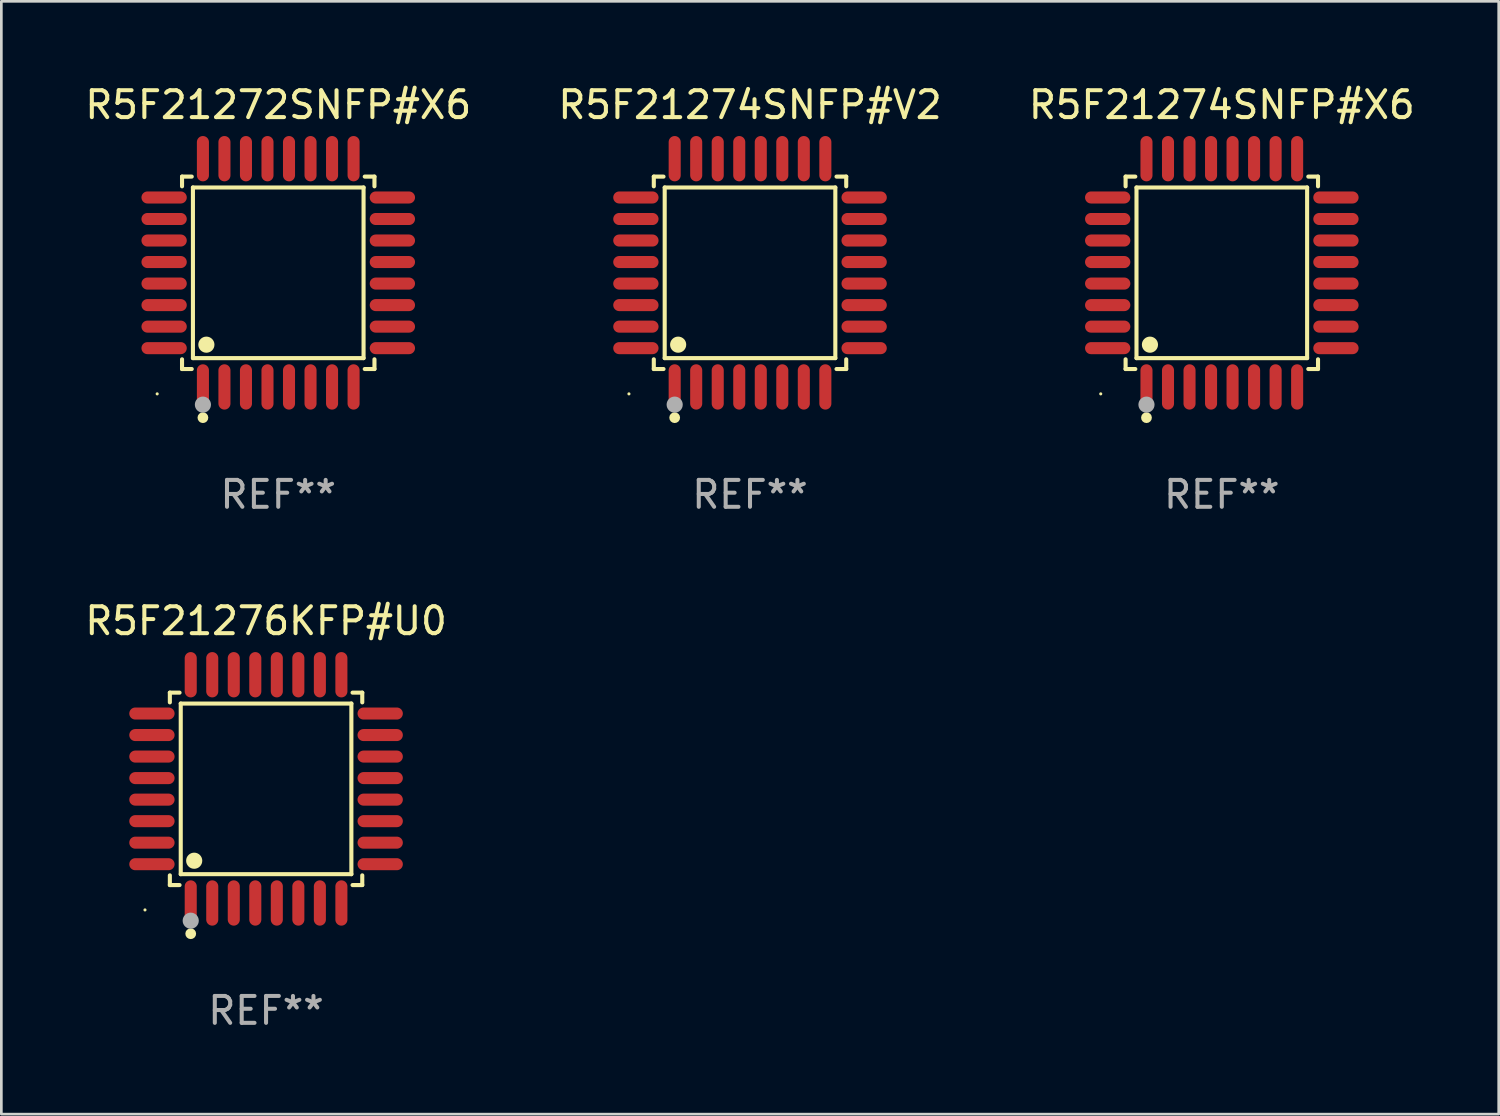
<source format=kicad_pcb>
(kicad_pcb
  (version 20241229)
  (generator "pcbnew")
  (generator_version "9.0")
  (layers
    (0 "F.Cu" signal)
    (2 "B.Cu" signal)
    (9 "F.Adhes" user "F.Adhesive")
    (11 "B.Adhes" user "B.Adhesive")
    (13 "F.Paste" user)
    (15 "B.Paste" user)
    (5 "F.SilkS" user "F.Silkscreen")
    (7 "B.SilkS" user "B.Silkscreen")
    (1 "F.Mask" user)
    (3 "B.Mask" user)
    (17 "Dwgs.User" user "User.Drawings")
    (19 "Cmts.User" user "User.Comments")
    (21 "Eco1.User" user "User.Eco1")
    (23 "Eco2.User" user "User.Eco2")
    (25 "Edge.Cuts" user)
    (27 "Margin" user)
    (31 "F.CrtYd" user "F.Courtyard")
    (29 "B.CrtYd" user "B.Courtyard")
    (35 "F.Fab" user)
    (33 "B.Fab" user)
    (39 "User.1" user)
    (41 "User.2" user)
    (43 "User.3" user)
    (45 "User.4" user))
  (footprint "R5F21274SNFP#X6"
    (layer "F.Cu")
    (at 42.363 7.09)
    (property "Reference" "R5F21274SNFP#X6" (at 0 -6.242 0) (layer "F.SilkS") (effects (font (size 1 1) (thickness 0.15))))
    (attr through_hole)
    (fp_line (start -3.576 -3.576) (end -3.215 -3.576) (stroke (width 0.152) (type solid)) (layer "F.SilkS"))
    (fp_line (start -3.576 -3.215) (end -3.576 -3.576) (stroke (width 0.152) (type solid)) (layer "F.SilkS"))
    (fp_line (start -3.576 3.215) (end -3.576 3.576) (stroke (width 0.152) (type solid)) (layer "F.SilkS"))
    (fp_line (start -3.576 3.576) (end -3.215 3.576) (stroke (width 0.152) (type solid)) (layer "F.SilkS"))
    (fp_line (start -3.171 -3.171) (end 3.171 -3.171) (stroke (width 0.152) (type solid)) (layer "F.SilkS"))
    (fp_line (start -3.171 3.171) (end -3.171 -3.171) (stroke (width 0.152) (type solid)) (layer "F.SilkS"))
    (fp_line (start 3.171 -3.171) (end 3.171 3.171) (stroke (width 0.152) (type solid)) (layer "F.SilkS"))
    (fp_line (start 3.171 3.171) (end -3.171 3.171) (stroke (width 0.152) (type solid)) (layer "F.SilkS"))
    (fp_line (start 3.576 -3.576) (end 3.215 -3.576) (stroke (width 0.152) (type solid)) (layer "F.SilkS"))
    (fp_line (start 3.576 -3.215) (end 3.576 -3.576) (stroke (width 0.152) (type solid)) (layer "F.SilkS"))
    (fp_line (start 3.576 3.215) (end 3.576 3.576) (stroke (width 0.152) (type solid)) (layer "F.SilkS"))
    (fp_line (start 3.576 3.576) (end 3.215 3.576) (stroke (width 0.152) (type solid)) (layer "F.SilkS"))
    (fp_circle (center -4.5 4.5) (end -4.47 4.5) (stroke (width 0.06) (type solid)) (fill no) (layer "F.SilkS"))
    (fp_circle (center -2.8 5.384) (end -2.7 5.384) (stroke (width 0.2) (type solid)) (fill no) (layer "F.SilkS"))
    (fp_circle (center -2.671 2.671) (end -2.521 2.671) (stroke (width 0.3) (type solid)) (fill no) (layer "F.SilkS"))
    (fp_circle (center -2.8 4.9) (end -2.65 4.9) (stroke (width 0.3) (type solid)) (fill no) (layer "F.Fab"))
    (fp_text user "REF**" (at 0 8.242 0) (layer "F.Fab") (effects (font (size 1 1) (thickness 0.15))))
    (pad "1" smd oval (at -2.8 4.242) (size 0.448 1.684) (layers "F.Cu" "F.Mask" "F.Paste"))
    (pad "2" smd oval (at -2 4.242) (size 0.448 1.684) (layers "F.Cu" "F.Mask" "F.Paste"))
    (pad "3" smd oval (at -1.2 4.242) (size 0.448 1.684) (layers "F.Cu" "F.Mask" "F.Paste"))
    (pad "4" smd oval (at -0.4 4.242) (size 0.448 1.684) (layers "F.Cu" "F.Mask" "F.Paste"))
    (pad "5" smd oval (at 0.4 4.242) (size 0.448 1.684) (layers "F.Cu" "F.Mask" "F.Paste"))
    (pad "6" smd oval (at 1.2 4.242) (size 0.448 1.684) (layers "F.Cu" "F.Mask" "F.Paste"))
    (pad "7" smd oval (at 2 4.242) (size 0.448 1.684) (layers "F.Cu" "F.Mask" "F.Paste"))
    (pad "8" smd oval (at 2.8 4.242) (size 0.448 1.684) (layers "F.Cu" "F.Mask" "F.Paste"))
    (pad "9" smd oval (at 4.242 2.8) (size 1.684 0.448) (layers "F.Cu" "F.Mask" "F.Paste"))
    (pad "10" smd oval (at 4.242 2) (size 1.684 0.448) (layers "F.Cu" "F.Mask" "F.Paste"))
    (pad "11" smd oval (at 4.242 1.2) (size 1.684 0.448) (layers "F.Cu" "F.Mask" "F.Paste"))
    (pad "12" smd oval (at 4.242 0.4) (size 1.684 0.448) (layers "F.Cu" "F.Mask" "F.Paste"))
    (pad "13" smd oval (at 4.242 -0.4) (size 1.684 0.448) (layers "F.Cu" "F.Mask" "F.Paste"))
    (pad "14" smd oval (at 4.242 -1.2) (size 1.684 0.448) (layers "F.Cu" "F.Mask" "F.Paste"))
    (pad "15" smd oval (at 4.242 -2) (size 1.684 0.448) (layers "F.Cu" "F.Mask" "F.Paste"))
    (pad "16" smd oval (at 4.242 -2.8) (size 1.684 0.448) (layers "F.Cu" "F.Mask" "F.Paste"))
    (pad "17" smd oval (at 2.8 -4.242) (size 0.448 1.684) (layers "F.Cu" "F.Mask" "F.Paste"))
    (pad "18" smd oval (at 2 -4.242) (size 0.448 1.684) (layers "F.Cu" "F.Mask" "F.Paste"))
    (pad "19" smd oval (at 1.2 -4.242) (size 0.448 1.684) (layers "F.Cu" "F.Mask" "F.Paste"))
    (pad "20" smd oval (at 0.4 -4.242) (size 0.448 1.684) (layers "F.Cu" "F.Mask" "F.Paste"))
    (pad "21" smd oval (at -0.4 -4.242) (size 0.448 1.684) (layers "F.Cu" "F.Mask" "F.Paste"))
    (pad "22" smd oval (at -1.2 -4.242) (size 0.448 1.684) (layers "F.Cu" "F.Mask" "F.Paste"))
    (pad "23" smd oval (at -2 -4.242) (size 0.448 1.684) (layers "F.Cu" "F.Mask" "F.Paste"))
    (pad "24" smd oval (at -2.8 -4.242) (size 0.448 1.684) (layers "F.Cu" "F.Mask" "F.Paste"))
    (pad "25" smd oval (at -4.242 -2.8) (size 1.684 0.448) (layers "F.Cu" "F.Mask" "F.Paste"))
    (pad "26" smd oval (at -4.242 -2) (size 1.684 0.448) (layers "F.Cu" "F.Mask" "F.Paste"))
    (pad "27" smd oval (at -4.242 -1.2) (size 1.684 0.448) (layers "F.Cu" "F.Mask" "F.Paste"))
    (pad "28" smd oval (at -4.242 -0.4) (size 1.684 0.448) (layers "F.Cu" "F.Mask" "F.Paste"))
    (pad "29" smd oval (at -4.242 0.4) (size 1.684 0.448) (layers "F.Cu" "F.Mask" "F.Paste"))
    (pad "30" smd oval (at -4.242 1.2) (size 1.684 0.448) (layers "F.Cu" "F.Mask" "F.Paste"))
    (pad "31" smd oval (at -4.242 2) (size 1.684 0.448) (layers "F.Cu" "F.Mask" "F.Paste"))
    (pad "32" smd oval (at -4.242 2.8) (size 1.684 0.448) (layers "F.Cu" "F.Mask" "F.Paste")))
  (footprint "R5F21272SNFP#X6"
    (layer "F.Cu")
    (at 7.292 7.09)
    (property "Reference" "R5F21272SNFP#X6" (at 0 -6.242 0) (layer "F.SilkS") (effects (font (size 1 1) (thickness 0.15))))
    (attr through_hole)
    (fp_line (start -3.576 -3.576) (end -3.215 -3.576) (stroke (width 0.152) (type solid)) (layer "F.SilkS"))
    (fp_line (start -3.576 -3.215) (end -3.576 -3.576) (stroke (width 0.152) (type solid)) (layer "F.SilkS"))
    (fp_line (start -3.576 3.215) (end -3.576 3.576) (stroke (width 0.152) (type solid)) (layer "F.SilkS"))
    (fp_line (start -3.576 3.576) (end -3.215 3.576) (stroke (width 0.152) (type solid)) (layer "F.SilkS"))
    (fp_line (start -3.171 -3.171) (end 3.171 -3.171) (stroke (width 0.152) (type solid)) (layer "F.SilkS"))
    (fp_line (start -3.171 3.171) (end -3.171 -3.171) (stroke (width 0.152) (type solid)) (layer "F.SilkS"))
    (fp_line (start 3.171 -3.171) (end 3.171 3.171) (stroke (width 0.152) (type solid)) (layer "F.SilkS"))
    (fp_line (start 3.171 3.171) (end -3.171 3.171) (stroke (width 0.152) (type solid)) (layer "F.SilkS"))
    (fp_line (start 3.576 -3.576) (end 3.215 -3.576) (stroke (width 0.152) (type solid)) (layer "F.SilkS"))
    (fp_line (start 3.576 -3.215) (end 3.576 -3.576) (stroke (width 0.152) (type solid)) (layer "F.SilkS"))
    (fp_line (start 3.576 3.215) (end 3.576 3.576) (stroke (width 0.152) (type solid)) (layer "F.SilkS"))
    (fp_line (start 3.576 3.576) (end 3.215 3.576) (stroke (width 0.152) (type solid)) (layer "F.SilkS"))
    (fp_circle (center -4.5 4.5) (end -4.47 4.5) (stroke (width 0.06) (type solid)) (fill no) (layer "F.SilkS"))
    (fp_circle (center -2.8 5.384) (end -2.7 5.384) (stroke (width 0.2) (type solid)) (fill no) (layer "F.SilkS"))
    (fp_circle (center -2.671 2.671) (end -2.521 2.671) (stroke (width 0.3) (type solid)) (fill no) (layer "F.SilkS"))
    (fp_circle (center -2.8 4.9) (end -2.65 4.9) (stroke (width 0.3) (type solid)) (fill no) (layer "F.Fab"))
    (fp_text user "REF**" (at 0 8.242 0) (layer "F.Fab") (effects (font (size 1 1) (thickness 0.15))))
    (pad "1" smd oval (at -2.8 4.242) (size 0.448 1.684) (layers "F.Cu" "F.Mask" "F.Paste"))
    (pad "2" smd oval (at -2 4.242) (size 0.448 1.684) (layers "F.Cu" "F.Mask" "F.Paste"))
    (pad "3" smd oval (at -1.2 4.242) (size 0.448 1.684) (layers "F.Cu" "F.Mask" "F.Paste"))
    (pad "4" smd oval (at -0.4 4.242) (size 0.448 1.684) (layers "F.Cu" "F.Mask" "F.Paste"))
    (pad "5" smd oval (at 0.4 4.242) (size 0.448 1.684) (layers "F.Cu" "F.Mask" "F.Paste"))
    (pad "6" smd oval (at 1.2 4.242) (size 0.448 1.684) (layers "F.Cu" "F.Mask" "F.Paste"))
    (pad "7" smd oval (at 2 4.242) (size 0.448 1.684) (layers "F.Cu" "F.Mask" "F.Paste"))
    (pad "8" smd oval (at 2.8 4.242) (size 0.448 1.684) (layers "F.Cu" "F.Mask" "F.Paste"))
    (pad "9" smd oval (at 4.242 2.8) (size 1.684 0.448) (layers "F.Cu" "F.Mask" "F.Paste"))
    (pad "10" smd oval (at 4.242 2) (size 1.684 0.448) (layers "F.Cu" "F.Mask" "F.Paste"))
    (pad "11" smd oval (at 4.242 1.2) (size 1.684 0.448) (layers "F.Cu" "F.Mask" "F.Paste"))
    (pad "12" smd oval (at 4.242 0.4) (size 1.684 0.448) (layers "F.Cu" "F.Mask" "F.Paste"))
    (pad "13" smd oval (at 4.242 -0.4) (size 1.684 0.448) (layers "F.Cu" "F.Mask" "F.Paste"))
    (pad "14" smd oval (at 4.242 -1.2) (size 1.684 0.448) (layers "F.Cu" "F.Mask" "F.Paste"))
    (pad "15" smd oval (at 4.242 -2) (size 1.684 0.448) (layers "F.Cu" "F.Mask" "F.Paste"))
    (pad "16" smd oval (at 4.242 -2.8) (size 1.684 0.448) (layers "F.Cu" "F.Mask" "F.Paste"))
    (pad "17" smd oval (at 2.8 -4.242) (size 0.448 1.684) (layers "F.Cu" "F.Mask" "F.Paste"))
    (pad "18" smd oval (at 2 -4.242) (size 0.448 1.684) (layers "F.Cu" "F.Mask" "F.Paste"))
    (pad "19" smd oval (at 1.2 -4.242) (size 0.448 1.684) (layers "F.Cu" "F.Mask" "F.Paste"))
    (pad "20" smd oval (at 0.4 -4.242) (size 0.448 1.684) (layers "F.Cu" "F.Mask" "F.Paste"))
    (pad "21" smd oval (at -0.4 -4.242) (size 0.448 1.684) (layers "F.Cu" "F.Mask" "F.Paste"))
    (pad "22" smd oval (at -1.2 -4.242) (size 0.448 1.684) (layers "F.Cu" "F.Mask" "F.Paste"))
    (pad "23" smd oval (at -2 -4.242) (size 0.448 1.684) (layers "F.Cu" "F.Mask" "F.Paste"))
    (pad "24" smd oval (at -2.8 -4.242) (size 0.448 1.684) (layers "F.Cu" "F.Mask" "F.Paste"))
    (pad "25" smd oval (at -4.242 -2.8) (size 1.684 0.448) (layers "F.Cu" "F.Mask" "F.Paste"))
    (pad "26" smd oval (at -4.242 -2) (size 1.684 0.448) (layers "F.Cu" "F.Mask" "F.Paste"))
    (pad "27" smd oval (at -4.242 -1.2) (size 1.684 0.448) (layers "F.Cu" "F.Mask" "F.Paste"))
    (pad "28" smd oval (at -4.242 -0.4) (size 1.684 0.448) (layers "F.Cu" "F.Mask" "F.Paste"))
    (pad "29" smd oval (at -4.242 0.4) (size 1.684 0.448) (layers "F.Cu" "F.Mask" "F.Paste"))
    (pad "30" smd oval (at -4.242 1.2) (size 1.684 0.448) (layers "F.Cu" "F.Mask" "F.Paste"))
    (pad "31" smd oval (at -4.242 2) (size 1.684 0.448) (layers "F.Cu" "F.Mask" "F.Paste"))
    (pad "32" smd oval (at -4.242 2.8) (size 1.684 0.448) (layers "F.Cu" "F.Mask" "F.Paste")))
  (footprint "R5F21274SNFP#V2"
    (layer "F.Cu")
    (at 24.827 7.09)
    (property "Reference" "R5F21274SNFP#V2" (at 0 -6.242 0) (layer "F.SilkS") (effects (font (size 1 1) (thickness 0.15))))
    (attr through_hole)
    (fp_line (start -3.576 -3.576) (end -3.215 -3.576) (stroke (width 0.152) (type solid)) (layer "F.SilkS"))
    (fp_line (start -3.576 -3.215) (end -3.576 -3.576) (stroke (width 0.152) (type solid)) (layer "F.SilkS"))
    (fp_line (start -3.576 3.215) (end -3.576 3.576) (stroke (width 0.152) (type solid)) (layer "F.SilkS"))
    (fp_line (start -3.576 3.576) (end -3.215 3.576) (stroke (width 0.152) (type solid)) (layer "F.SilkS"))
    (fp_line (start -3.171 -3.171) (end 3.171 -3.171) (stroke (width 0.152) (type solid)) (layer "F.SilkS"))
    (fp_line (start -3.171 3.171) (end -3.171 -3.171) (stroke (width 0.152) (type solid)) (layer "F.SilkS"))
    (fp_line (start 3.171 -3.171) (end 3.171 3.171) (stroke (width 0.152) (type solid)) (layer "F.SilkS"))
    (fp_line (start 3.171 3.171) (end -3.171 3.171) (stroke (width 0.152) (type solid)) (layer "F.SilkS"))
    (fp_line (start 3.576 -3.576) (end 3.215 -3.576) (stroke (width 0.152) (type solid)) (layer "F.SilkS"))
    (fp_line (start 3.576 -3.215) (end 3.576 -3.576) (stroke (width 0.152) (type solid)) (layer "F.SilkS"))
    (fp_line (start 3.576 3.215) (end 3.576 3.576) (stroke (width 0.152) (type solid)) (layer "F.SilkS"))
    (fp_line (start 3.576 3.576) (end 3.215 3.576) (stroke (width 0.152) (type solid)) (layer "F.SilkS"))
    (fp_circle (center -4.5 4.5) (end -4.47 4.5) (stroke (width 0.06) (type solid)) (fill no) (layer "F.SilkS"))
    (fp_circle (center -2.8 5.384) (end -2.7 5.384) (stroke (width 0.2) (type solid)) (fill no) (layer "F.SilkS"))
    (fp_circle (center -2.671 2.671) (end -2.521 2.671) (stroke (width 0.3) (type solid)) (fill no) (layer "F.SilkS"))
    (fp_circle (center -2.8 4.9) (end -2.65 4.9) (stroke (width 0.3) (type solid)) (fill no) (layer "F.Fab"))
    (fp_text user "REF**" (at 0 8.242 0) (layer "F.Fab") (effects (font (size 1 1) (thickness 0.15))))
    (pad "1" smd oval (at -2.8 4.242) (size 0.448 1.684) (layers "F.Cu" "F.Mask" "F.Paste"))
    (pad "2" smd oval (at -2 4.242) (size 0.448 1.684) (layers "F.Cu" "F.Mask" "F.Paste"))
    (pad "3" smd oval (at -1.2 4.242) (size 0.448 1.684) (layers "F.Cu" "F.Mask" "F.Paste"))
    (pad "4" smd oval (at -0.4 4.242) (size 0.448 1.684) (layers "F.Cu" "F.Mask" "F.Paste"))
    (pad "5" smd oval (at 0.4 4.242) (size 0.448 1.684) (layers "F.Cu" "F.Mask" "F.Paste"))
    (pad "6" smd oval (at 1.2 4.242) (size 0.448 1.684) (layers "F.Cu" "F.Mask" "F.Paste"))
    (pad "7" smd oval (at 2 4.242) (size 0.448 1.684) (layers "F.Cu" "F.Mask" "F.Paste"))
    (pad "8" smd oval (at 2.8 4.242) (size 0.448 1.684) (layers "F.Cu" "F.Mask" "F.Paste"))
    (pad "9" smd oval (at 4.242 2.8) (size 1.684 0.448) (layers "F.Cu" "F.Mask" "F.Paste"))
    (pad "10" smd oval (at 4.242 2) (size 1.684 0.448) (layers "F.Cu" "F.Mask" "F.Paste"))
    (pad "11" smd oval (at 4.242 1.2) (size 1.684 0.448) (layers "F.Cu" "F.Mask" "F.Paste"))
    (pad "12" smd oval (at 4.242 0.4) (size 1.684 0.448) (layers "F.Cu" "F.Mask" "F.Paste"))
    (pad "13" smd oval (at 4.242 -0.4) (size 1.684 0.448) (layers "F.Cu" "F.Mask" "F.Paste"))
    (pad "14" smd oval (at 4.242 -1.2) (size 1.684 0.448) (layers "F.Cu" "F.Mask" "F.Paste"))
    (pad "15" smd oval (at 4.242 -2) (size 1.684 0.448) (layers "F.Cu" "F.Mask" "F.Paste"))
    (pad "16" smd oval (at 4.242 -2.8) (size 1.684 0.448) (layers "F.Cu" "F.Mask" "F.Paste"))
    (pad "17" smd oval (at 2.8 -4.242) (size 0.448 1.684) (layers "F.Cu" "F.Mask" "F.Paste"))
    (pad "18" smd oval (at 2 -4.242) (size 0.448 1.684) (layers "F.Cu" "F.Mask" "F.Paste"))
    (pad "19" smd oval (at 1.2 -4.242) (size 0.448 1.684) (layers "F.Cu" "F.Mask" "F.Paste"))
    (pad "20" smd oval (at 0.4 -4.242) (size 0.448 1.684) (layers "F.Cu" "F.Mask" "F.Paste"))
    (pad "21" smd oval (at -0.4 -4.242) (size 0.448 1.684) (layers "F.Cu" "F.Mask" "F.Paste"))
    (pad "22" smd oval (at -1.2 -4.242) (size 0.448 1.684) (layers "F.Cu" "F.Mask" "F.Paste"))
    (pad "23" smd oval (at -2 -4.242) (size 0.448 1.684) (layers "F.Cu" "F.Mask" "F.Paste"))
    (pad "24" smd oval (at -2.8 -4.242) (size 0.448 1.684) (layers "F.Cu" "F.Mask" "F.Paste"))
    (pad "25" smd oval (at -4.242 -2.8) (size 1.684 0.448) (layers "F.Cu" "F.Mask" "F.Paste"))
    (pad "26" smd oval (at -4.242 -2) (size 1.684 0.448) (layers "F.Cu" "F.Mask" "F.Paste"))
    (pad "27" smd oval (at -4.242 -1.2) (size 1.684 0.448) (layers "F.Cu" "F.Mask" "F.Paste"))
    (pad "28" smd oval (at -4.242 -0.4) (size 1.684 0.448) (layers "F.Cu" "F.Mask" "F.Paste"))
    (pad "29" smd oval (at -4.242 0.4) (size 1.684 0.448) (layers "F.Cu" "F.Mask" "F.Paste"))
    (pad "30" smd oval (at -4.242 1.2) (size 1.684 0.448) (layers "F.Cu" "F.Mask" "F.Paste"))
    (pad "31" smd oval (at -4.242 2) (size 1.684 0.448) (layers "F.Cu" "F.Mask" "F.Paste"))
    (pad "32" smd oval (at -4.242 2.8) (size 1.684 0.448) (layers "F.Cu" "F.Mask" "F.Paste")))
  (footprint "R5F21276KFP#U0"
    (layer "F.Cu")
    (at 6.839 26.271)
    (property "Reference" "R5F21276KFP#U0" (at 0 -6.242 0) (layer "F.SilkS") (effects (font (size 1 1) (thickness 0.15))))
    (attr through_hole)
    (fp_line (start -3.576 -3.576) (end -3.215 -3.576) (stroke (width 0.152) (type solid)) (layer "F.SilkS"))
    (fp_line (start -3.576 -3.215) (end -3.576 -3.576) (stroke (width 0.152) (type solid)) (layer "F.SilkS"))
    (fp_line (start -3.576 3.215) (end -3.576 3.576) (stroke (width 0.152) (type solid)) (layer "F.SilkS"))
    (fp_line (start -3.576 3.576) (end -3.215 3.576) (stroke (width 0.152) (type solid)) (layer "F.SilkS"))
    (fp_line (start -3.171 -3.171) (end 3.171 -3.171) (stroke (width 0.152) (type solid)) (layer "F.SilkS"))
    (fp_line (start -3.171 3.171) (end -3.171 -3.171) (stroke (width 0.152) (type solid)) (layer "F.SilkS"))
    (fp_line (start 3.171 -3.171) (end 3.171 3.171) (stroke (width 0.152) (type solid)) (layer "F.SilkS"))
    (fp_line (start 3.171 3.171) (end -3.171 3.171) (stroke (width 0.152) (type solid)) (layer "F.SilkS"))
    (fp_line (start 3.576 -3.576) (end 3.215 -3.576) (stroke (width 0.152) (type solid)) (layer "F.SilkS"))
    (fp_line (start 3.576 -3.215) (end 3.576 -3.576) (stroke (width 0.152) (type solid)) (layer "F.SilkS"))
    (fp_line (start 3.576 3.215) (end 3.576 3.576) (stroke (width 0.152) (type solid)) (layer "F.SilkS"))
    (fp_line (start 3.576 3.576) (end 3.215 3.576) (stroke (width 0.152) (type solid)) (layer "F.SilkS"))
    (fp_circle (center -4.5 4.5) (end -4.47 4.5) (stroke (width 0.06) (type solid)) (fill no) (layer "F.SilkS"))
    (fp_circle (center -2.8 5.384) (end -2.7 5.384) (stroke (width 0.2) (type solid)) (fill no) (layer "F.SilkS"))
    (fp_circle (center -2.671 2.671) (end -2.521 2.671) (stroke (width 0.3) (type solid)) (fill no) (layer "F.SilkS"))
    (fp_circle (center -2.8 4.9) (end -2.65 4.9) (stroke (width 0.3) (type solid)) (fill no) (layer "F.Fab"))
    (fp_text user "REF**" (at 0 8.242 0) (layer "F.Fab") (effects (font (size 1 1) (thickness 0.15))))
    (pad "1" smd oval (at -2.8 4.242) (size 0.448 1.684) (layers "F.Cu" "F.Mask" "F.Paste"))
    (pad "2" smd oval (at -2 4.242) (size 0.448 1.684) (layers "F.Cu" "F.Mask" "F.Paste"))
    (pad "3" smd oval (at -1.2 4.242) (size 0.448 1.684) (layers "F.Cu" "F.Mask" "F.Paste"))
    (pad "4" smd oval (at -0.4 4.242) (size 0.448 1.684) (layers "F.Cu" "F.Mask" "F.Paste"))
    (pad "5" smd oval (at 0.4 4.242) (size 0.448 1.684) (layers "F.Cu" "F.Mask" "F.Paste"))
    (pad "6" smd oval (at 1.2 4.242) (size 0.448 1.684) (layers "F.Cu" "F.Mask" "F.Paste"))
    (pad "7" smd oval (at 2 4.242) (size 0.448 1.684) (layers "F.Cu" "F.Mask" "F.Paste"))
    (pad "8" smd oval (at 2.8 4.242) (size 0.448 1.684) (layers "F.Cu" "F.Mask" "F.Paste"))
    (pad "9" smd oval (at 4.242 2.8) (size 1.684 0.448) (layers "F.Cu" "F.Mask" "F.Paste"))
    (pad "10" smd oval (at 4.242 2) (size 1.684 0.448) (layers "F.Cu" "F.Mask" "F.Paste"))
    (pad "11" smd oval (at 4.242 1.2) (size 1.684 0.448) (layers "F.Cu" "F.Mask" "F.Paste"))
    (pad "12" smd oval (at 4.242 0.4) (size 1.684 0.448) (layers "F.Cu" "F.Mask" "F.Paste"))
    (pad "13" smd oval (at 4.242 -0.4) (size 1.684 0.448) (layers "F.Cu" "F.Mask" "F.Paste"))
    (pad "14" smd oval (at 4.242 -1.2) (size 1.684 0.448) (layers "F.Cu" "F.Mask" "F.Paste"))
    (pad "15" smd oval (at 4.242 -2) (size 1.684 0.448) (layers "F.Cu" "F.Mask" "F.Paste"))
    (pad "16" smd oval (at 4.242 -2.8) (size 1.684 0.448) (layers "F.Cu" "F.Mask" "F.Paste"))
    (pad "17" smd oval (at 2.8 -4.242) (size 0.448 1.684) (layers "F.Cu" "F.Mask" "F.Paste"))
    (pad "18" smd oval (at 2 -4.242) (size 0.448 1.684) (layers "F.Cu" "F.Mask" "F.Paste"))
    (pad "19" smd oval (at 1.2 -4.242) (size 0.448 1.684) (layers "F.Cu" "F.Mask" "F.Paste"))
    (pad "20" smd oval (at 0.4 -4.242) (size 0.448 1.684) (layers "F.Cu" "F.Mask" "F.Paste"))
    (pad "21" smd oval (at -0.4 -4.242) (size 0.448 1.684) (layers "F.Cu" "F.Mask" "F.Paste"))
    (pad "22" smd oval (at -1.2 -4.242) (size 0.448 1.684) (layers "F.Cu" "F.Mask" "F.Paste"))
    (pad "23" smd oval (at -2 -4.242) (size 0.448 1.684) (layers "F.Cu" "F.Mask" "F.Paste"))
    (pad "24" smd oval (at -2.8 -4.242) (size 0.448 1.684) (layers "F.Cu" "F.Mask" "F.Paste"))
    (pad "25" smd oval (at -4.242 -2.8) (size 1.684 0.448) (layers "F.Cu" "F.Mask" "F.Paste"))
    (pad "26" smd oval (at -4.242 -2) (size 1.684 0.448) (layers "F.Cu" "F.Mask" "F.Paste"))
    (pad "27" smd oval (at -4.242 -1.2) (size 1.684 0.448) (layers "F.Cu" "F.Mask" "F.Paste"))
    (pad "28" smd oval (at -4.242 -0.4) (size 1.684 0.448) (layers "F.Cu" "F.Mask" "F.Paste"))
    (pad "29" smd oval (at -4.242 0.4) (size 1.684 0.448) (layers "F.Cu" "F.Mask" "F.Paste"))
    (pad "30" smd oval (at -4.242 1.2) (size 1.684 0.448) (layers "F.Cu" "F.Mask" "F.Paste"))
    (pad "31" smd oval (at -4.242 2) (size 1.684 0.448) (layers "F.Cu" "F.Mask" "F.Paste"))
    (pad "32" smd oval (at -4.242 2.8) (size 1.684 0.448) (layers "F.Cu" "F.Mask" "F.Paste")))
  (gr_rect
    (start -3 -3)
    (end 52.655 38.361)
    (stroke (width 0.1) (type default))
    (fill no)
    (layer "Edge.Cuts")))
</source>
